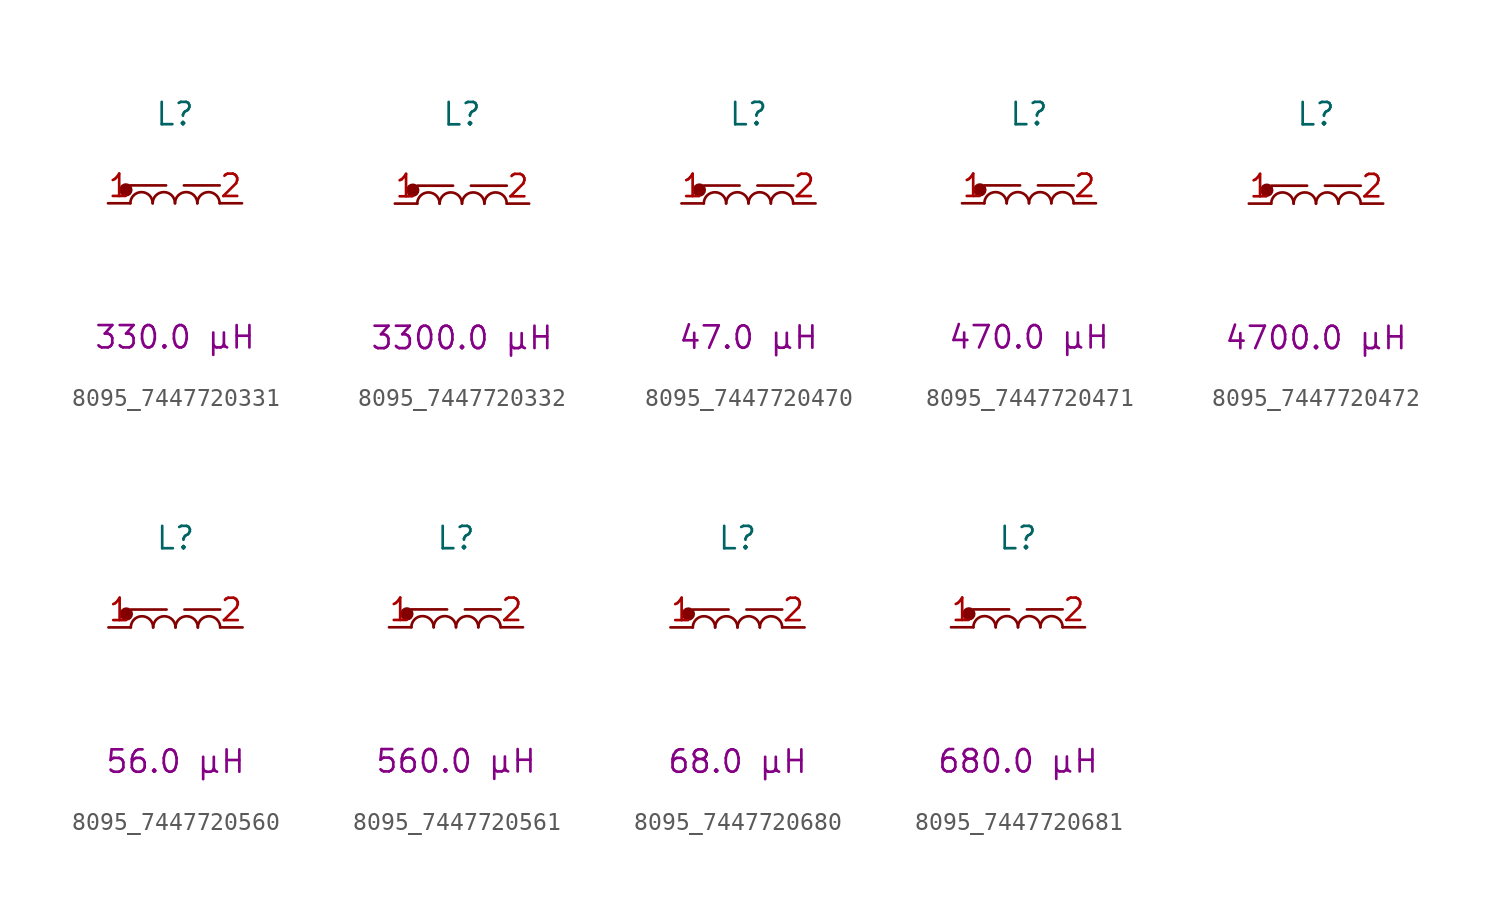
<source format=kicad_sym>
(kicad_symbol_lib
  (version 20220914)
  (generator kicad_symbol_editor)
  (symbol "8095_7447720331"
    (pin_names hide)
    (property "Reference" "L"
      (at 0 5.08 0)
      (effects (font (size 1.27 1.27))))
    (property "Critical Parameter" "330.0 µH"
      (at 0 -7.62 0)
      (effects (font (size 1.27 1.27))))
    (symbol "8095_7447720331_0_1"
      (arc (start -1.27 0) (mid -1.905 0.6323) (end -2.54 0) (stroke (width 0) (type default)) (fill (type none)))
      (arc (start 0 0) (mid -0.635 0.6323) (end -1.27 0) (stroke (width 0) (type default)) (fill (type none)))
      (polyline (pts (xy -2.54 1.016) (xy -0.508 1.016)) (stroke (width 0) (type default)) (fill (type none)))
      (arc (start 1.27 0) (mid 0.635 0.6323) (end 0 0) (stroke (width 0) (type default)) (fill (type none)))
      (arc (start 2.54 0) (mid 1.905 0.6323) (end 1.27 0) (stroke (width 0) (type default)) (fill (type none))))
    (symbol "8095_7447720331_1_1"
      (circle (center -2.794 0.762) (radius 0.0001) (stroke (width 0.381) (type default)) (fill (type none)))
      (polyline (pts (xy 2.54 1.016) (xy 0.508 1.016)) (stroke (width 0) (type default)) (fill (type none)))
      (pin passive line (at -3.81 0 0) (length 1.27) (name "1" (effects (font (size 1.27 1.27)))) (number "1" (effects (font (size 1.27 1.27)))))
      (pin passive line (at 3.81 0 180) (length 1.27) (name "2" (effects (font (size 1.27 1.27)))) (number "2" (effects (font (size 1.27 1.27)))))))
  (symbol "8095_7447720332"
    (pin_names hide)
    (property "Reference" "L"
      (at 0 5.08 0)
      (effects (font (size 1.27 1.27))))
    (property "Critical Parameter" "3300.0 µH"
      (at 0 -7.62 0)
      (effects (font (size 1.27 1.27))))
    (symbol "8095_7447720332_0_1"
      (arc (start -1.27 0) (mid -1.905 0.6323) (end -2.54 0) (stroke (width 0) (type default)) (fill (type none)))
      (arc (start 0 0) (mid -0.635 0.6323) (end -1.27 0) (stroke (width 0) (type default)) (fill (type none)))
      (polyline (pts (xy -2.54 1.016) (xy -0.508 1.016)) (stroke (width 0) (type default)) (fill (type none)))
      (arc (start 1.27 0) (mid 0.635 0.6323) (end 0 0) (stroke (width 0) (type default)) (fill (type none)))
      (arc (start 2.54 0) (mid 1.905 0.6323) (end 1.27 0) (stroke (width 0) (type default)) (fill (type none))))
    (symbol "8095_7447720332_1_1"
      (circle (center -2.794 0.762) (radius 0.0001) (stroke (width 0.381) (type default)) (fill (type none)))
      (polyline (pts (xy 2.54 1.016) (xy 0.508 1.016)) (stroke (width 0) (type default)) (fill (type none)))
      (pin passive line (at -3.81 0 0) (length 1.27) (name "1" (effects (font (size 1.27 1.27)))) (number "1" (effects (font (size 1.27 1.27)))))
      (pin passive line (at 3.81 0 180) (length 1.27) (name "2" (effects (font (size 1.27 1.27)))) (number "2" (effects (font (size 1.27 1.27)))))))
  (symbol "8095_7447720470"
    (pin_names hide)
    (property "Reference" "L"
      (at 0 5.08 0)
      (effects (font (size 1.27 1.27))))
    (property "Critical Parameter" "47.0 µH"
      (at 0 -7.62 0)
      (effects (font (size 1.27 1.27))))
    (symbol "8095_7447720470_0_1"
      (arc (start -1.27 0) (mid -1.905 0.6323) (end -2.54 0) (stroke (width 0) (type default)) (fill (type none)))
      (arc (start 0 0) (mid -0.635 0.6323) (end -1.27 0) (stroke (width 0) (type default)) (fill (type none)))
      (polyline (pts (xy -2.54 1.016) (xy -0.508 1.016)) (stroke (width 0) (type default)) (fill (type none)))
      (arc (start 1.27 0) (mid 0.635 0.6323) (end 0 0) (stroke (width 0) (type default)) (fill (type none)))
      (arc (start 2.54 0) (mid 1.905 0.6323) (end 1.27 0) (stroke (width 0) (type default)) (fill (type none))))
    (symbol "8095_7447720470_1_1"
      (circle (center -2.794 0.762) (radius 0.0001) (stroke (width 0.381) (type default)) (fill (type none)))
      (polyline (pts (xy 2.54 1.016) (xy 0.508 1.016)) (stroke (width 0) (type default)) (fill (type none)))
      (pin passive line (at -3.81 0 0) (length 1.27) (name "1" (effects (font (size 1.27 1.27)))) (number "1" (effects (font (size 1.27 1.27)))))
      (pin passive line (at 3.81 0 180) (length 1.27) (name "2" (effects (font (size 1.27 1.27)))) (number "2" (effects (font (size 1.27 1.27)))))))
  (symbol "8095_7447720471"
    (pin_names hide)
    (property "Reference" "L"
      (at 0 5.08 0)
      (effects (font (size 1.27 1.27))))
    (property "Critical Parameter" "470.0 µH"
      (at 0 -7.62 0)
      (effects (font (size 1.27 1.27))))
    (symbol "8095_7447720471_0_1"
      (arc (start -1.27 0) (mid -1.905 0.6323) (end -2.54 0) (stroke (width 0) (type default)) (fill (type none)))
      (arc (start 0 0) (mid -0.635 0.6323) (end -1.27 0) (stroke (width 0) (type default)) (fill (type none)))
      (polyline (pts (xy -2.54 1.016) (xy -0.508 1.016)) (stroke (width 0) (type default)) (fill (type none)))
      (arc (start 1.27 0) (mid 0.635 0.6323) (end 0 0) (stroke (width 0) (type default)) (fill (type none)))
      (arc (start 2.54 0) (mid 1.905 0.6323) (end 1.27 0) (stroke (width 0) (type default)) (fill (type none))))
    (symbol "8095_7447720471_1_1"
      (circle (center -2.794 0.762) (radius 0.0001) (stroke (width 0.381) (type default)) (fill (type none)))
      (polyline (pts (xy 2.54 1.016) (xy 0.508 1.016)) (stroke (width 0) (type default)) (fill (type none)))
      (pin passive line (at -3.81 0 0) (length 1.27) (name "1" (effects (font (size 1.27 1.27)))) (number "1" (effects (font (size 1.27 1.27)))))
      (pin passive line (at 3.81 0 180) (length 1.27) (name "2" (effects (font (size 1.27 1.27)))) (number "2" (effects (font (size 1.27 1.27)))))))
  (symbol "8095_7447720472"
    (pin_names hide)
    (property "Reference" "L"
      (at 0 5.08 0)
      (effects (font (size 1.27 1.27))))
    (property "Critical Parameter" "4700.0 µH"
      (at 0 -7.62 0)
      (effects (font (size 1.27 1.27))))
    (symbol "8095_7447720472_0_1"
      (arc (start -1.27 0) (mid -1.905 0.6323) (end -2.54 0) (stroke (width 0) (type default)) (fill (type none)))
      (arc (start 0 0) (mid -0.635 0.6323) (end -1.27 0) (stroke (width 0) (type default)) (fill (type none)))
      (polyline (pts (xy -2.54 1.016) (xy -0.508 1.016)) (stroke (width 0) (type default)) (fill (type none)))
      (arc (start 1.27 0) (mid 0.635 0.6323) (end 0 0) (stroke (width 0) (type default)) (fill (type none)))
      (arc (start 2.54 0) (mid 1.905 0.6323) (end 1.27 0) (stroke (width 0) (type default)) (fill (type none))))
    (symbol "8095_7447720472_1_1"
      (circle (center -2.794 0.762) (radius 0.0001) (stroke (width 0.381) (type default)) (fill (type none)))
      (polyline (pts (xy 2.54 1.016) (xy 0.508 1.016)) (stroke (width 0) (type default)) (fill (type none)))
      (pin passive line (at -3.81 0 0) (length 1.27) (name "1" (effects (font (size 1.27 1.27)))) (number "1" (effects (font (size 1.27 1.27)))))
      (pin passive line (at 3.81 0 180) (length 1.27) (name "2" (effects (font (size 1.27 1.27)))) (number "2" (effects (font (size 1.27 1.27)))))))
  (symbol "8095_7447720560"
    (pin_names hide)
    (property "Reference" "L"
      (at 0 5.08 0)
      (effects (font (size 1.27 1.27))))
    (property "Critical Parameter" "56.0 µH"
      (at 0 -7.62 0)
      (effects (font (size 1.27 1.27))))
    (symbol "8095_7447720560_0_1"
      (arc (start -1.27 0) (mid -1.905 0.6323) (end -2.54 0) (stroke (width 0) (type default)) (fill (type none)))
      (arc (start 0 0) (mid -0.635 0.6323) (end -1.27 0) (stroke (width 0) (type default)) (fill (type none)))
      (polyline (pts (xy -2.54 1.016) (xy -0.508 1.016)) (stroke (width 0) (type default)) (fill (type none)))
      (arc (start 1.27 0) (mid 0.635 0.6323) (end 0 0) (stroke (width 0) (type default)) (fill (type none)))
      (arc (start 2.54 0) (mid 1.905 0.6323) (end 1.27 0) (stroke (width 0) (type default)) (fill (type none))))
    (symbol "8095_7447720560_1_1"
      (circle (center -2.794 0.762) (radius 0.0001) (stroke (width 0.381) (type default)) (fill (type none)))
      (polyline (pts (xy 2.54 1.016) (xy 0.508 1.016)) (stroke (width 0) (type default)) (fill (type none)))
      (pin passive line (at -3.81 0 0) (length 1.27) (name "1" (effects (font (size 1.27 1.27)))) (number "1" (effects (font (size 1.27 1.27)))))
      (pin passive line (at 3.81 0 180) (length 1.27) (name "2" (effects (font (size 1.27 1.27)))) (number "2" (effects (font (size 1.27 1.27)))))))
  (symbol "8095_7447720561"
    (pin_names hide)
    (property "Reference" "L"
      (at 0 5.08 0)
      (effects (font (size 1.27 1.27))))
    (property "Critical Parameter" "560.0 µH"
      (at 0 -7.62 0)
      (effects (font (size 1.27 1.27))))
    (symbol "8095_7447720561_0_1"
      (arc (start -1.27 0) (mid -1.905 0.6323) (end -2.54 0) (stroke (width 0) (type default)) (fill (type none)))
      (arc (start 0 0) (mid -0.635 0.6323) (end -1.27 0) (stroke (width 0) (type default)) (fill (type none)))
      (polyline (pts (xy -2.54 1.016) (xy -0.508 1.016)) (stroke (width 0) (type default)) (fill (type none)))
      (arc (start 1.27 0) (mid 0.635 0.6323) (end 0 0) (stroke (width 0) (type default)) (fill (type none)))
      (arc (start 2.54 0) (mid 1.905 0.6323) (end 1.27 0) (stroke (width 0) (type default)) (fill (type none))))
    (symbol "8095_7447720561_1_1"
      (circle (center -2.794 0.762) (radius 0.0001) (stroke (width 0.381) (type default)) (fill (type none)))
      (polyline (pts (xy 2.54 1.016) (xy 0.508 1.016)) (stroke (width 0) (type default)) (fill (type none)))
      (pin passive line (at -3.81 0 0) (length 1.27) (name "1" (effects (font (size 1.27 1.27)))) (number "1" (effects (font (size 1.27 1.27)))))
      (pin passive line (at 3.81 0 180) (length 1.27) (name "2" (effects (font (size 1.27 1.27)))) (number "2" (effects (font (size 1.27 1.27)))))))
  (symbol "8095_7447720680"
    (pin_names hide)
    (property "Reference" "L"
      (at 0 5.08 0)
      (effects (font (size 1.27 1.27))))
    (property "Critical Parameter" "68.0 µH"
      (at 0 -7.62 0)
      (effects (font (size 1.27 1.27))))
    (symbol "8095_7447720680_0_1"
      (arc (start -1.27 0) (mid -1.905 0.6323) (end -2.54 0) (stroke (width 0) (type default)) (fill (type none)))
      (arc (start 0 0) (mid -0.635 0.6323) (end -1.27 0) (stroke (width 0) (type default)) (fill (type none)))
      (polyline (pts (xy -2.54 1.016) (xy -0.508 1.016)) (stroke (width 0) (type default)) (fill (type none)))
      (arc (start 1.27 0) (mid 0.635 0.6323) (end 0 0) (stroke (width 0) (type default)) (fill (type none)))
      (arc (start 2.54 0) (mid 1.905 0.6323) (end 1.27 0) (stroke (width 0) (type default)) (fill (type none))))
    (symbol "8095_7447720680_1_1"
      (circle (center -2.794 0.762) (radius 0.0001) (stroke (width 0.381) (type default)) (fill (type none)))
      (polyline (pts (xy 2.54 1.016) (xy 0.508 1.016)) (stroke (width 0) (type default)) (fill (type none)))
      (pin passive line (at -3.81 0 0) (length 1.27) (name "1" (effects (font (size 1.27 1.27)))) (number "1" (effects (font (size 1.27 1.27)))))
      (pin passive line (at 3.81 0 180) (length 1.27) (name "2" (effects (font (size 1.27 1.27)))) (number "2" (effects (font (size 1.27 1.27)))))))
  (symbol "8095_7447720681"
    (pin_names hide)
    (property "Reference" "L"
      (at 0 5.08 0)
      (effects (font (size 1.27 1.27))))
    (property "Critical Parameter" "680.0 µH"
      (at 0 -7.62 0)
      (effects (font (size 1.27 1.27))))
    (symbol "8095_7447720681_0_1"
      (arc (start -1.27 0) (mid -1.905 0.6323) (end -2.54 0) (stroke (width 0) (type default)) (fill (type none)))
      (arc (start 0 0) (mid -0.635 0.6323) (end -1.27 0) (stroke (width 0) (type default)) (fill (type none)))
      (polyline (pts (xy -2.54 1.016) (xy -0.508 1.016)) (stroke (width 0) (type default)) (fill (type none)))
      (arc (start 1.27 0) (mid 0.635 0.6323) (end 0 0) (stroke (width 0) (type default)) (fill (type none)))
      (arc (start 2.54 0) (mid 1.905 0.6323) (end 1.27 0) (stroke (width 0) (type default)) (fill (type none))))
    (symbol "8095_7447720681_1_1"
      (circle (center -2.794 0.762) (radius 0.0001) (stroke (width 0.381) (type default)) (fill (type none)))
      (polyline (pts (xy 2.54 1.016) (xy 0.508 1.016)) (stroke (width 0) (type default)) (fill (type none)))
      (pin passive line (at -3.81 0 0) (length 1.27) (name "1" (effects (font (size 1.27 1.27)))) (number "1" (effects (font (size 1.27 1.27)))))
      (pin passive line (at 3.81 0 180) (length 1.27) (name "2" (effects (font (size 1.27 1.27)))) (number "2" (effects (font (size 1.27 1.27))))))))
</source>
